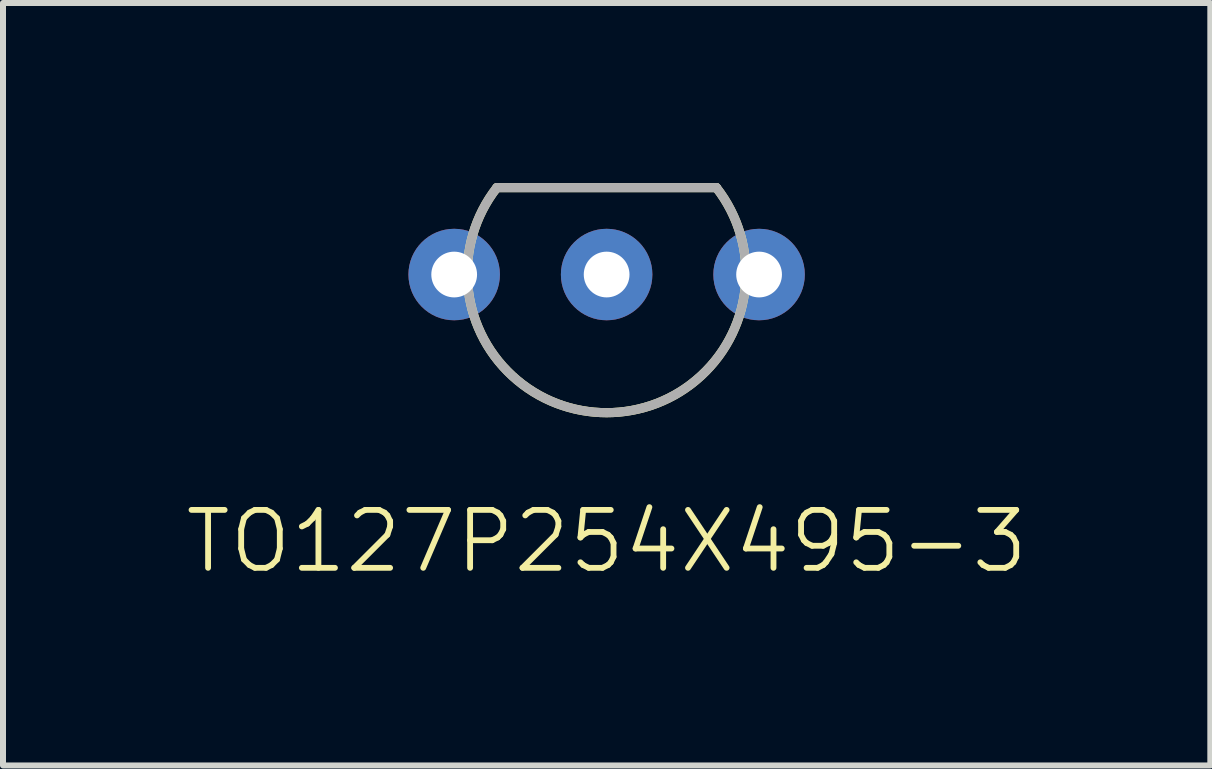
<source format=kicad_pcb>
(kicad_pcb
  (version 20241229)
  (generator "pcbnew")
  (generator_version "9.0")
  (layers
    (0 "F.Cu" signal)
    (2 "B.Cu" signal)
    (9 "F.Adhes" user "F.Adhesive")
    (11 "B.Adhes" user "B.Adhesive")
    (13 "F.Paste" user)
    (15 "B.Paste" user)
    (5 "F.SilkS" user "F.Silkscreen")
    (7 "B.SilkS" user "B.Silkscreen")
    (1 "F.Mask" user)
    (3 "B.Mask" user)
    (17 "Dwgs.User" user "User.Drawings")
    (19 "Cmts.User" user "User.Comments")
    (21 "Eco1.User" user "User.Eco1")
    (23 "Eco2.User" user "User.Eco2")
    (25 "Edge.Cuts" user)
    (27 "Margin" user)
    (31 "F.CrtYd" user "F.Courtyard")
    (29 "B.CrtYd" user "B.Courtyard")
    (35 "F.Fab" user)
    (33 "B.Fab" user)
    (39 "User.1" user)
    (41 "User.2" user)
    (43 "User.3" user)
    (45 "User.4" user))
  (footprint "TO127P254X495-3"
    (layer "F.Cu")
    (at 7.057 2.159)
    (property "Reference" "TO127P254X495-3" (at 0 3.81 180) (layer "F.SilkS") (effects (font (size 0.965 0.965) (thickness 0.097))))
    (attr through_hole)
    (fp_line (start 1.829 -2.083) (end -1.829 -2.083) (stroke (width 0.152) (type solid)) (layer "F.SilkS"))
    (fp_arc (start 1.8288 -2.0828) (mid 0.000001 1.666797) (end -1.828801 -2.082799) (stroke (width 0.1524) (type solid)) (layer "F.SilkS"))
    (fp_line (start 1.829 -2.083) (end -1.829 -2.083) (stroke (width 0.152) (type solid)) (layer "F.Fab"))
    (fp_arc (start 1.8288 -2.0828) (mid 0.000001 1.666797) (end -1.828801 -2.082799) (stroke (width 0.1524) (type solid)) (layer "F.Fab"))
    (pad "ANODE" thru_hole circle (at -2.54 -0.635 180) (size 1.524 1.524) (drill 0.762) (layers "*.Cu" "*.Mask"))
    (pad "CATHODE" thru_hole circle (at 0 -0.635 180) (size 1.524 1.524) (drill 0.762) (layers "*.Cu" "*.Mask"))
    (pad "NC" thru_hole circle (at 2.54 -0.635 180) (size 1.524 1.524) (drill 0.762) (layers "*.Cu" "*.Mask")))
  (gr_rect
    (start -3 -3)
    (end 17.115 9.703)
    (stroke (width 0.1) (type default))
    (fill no)
    (layer "Edge.Cuts")))
</source>
